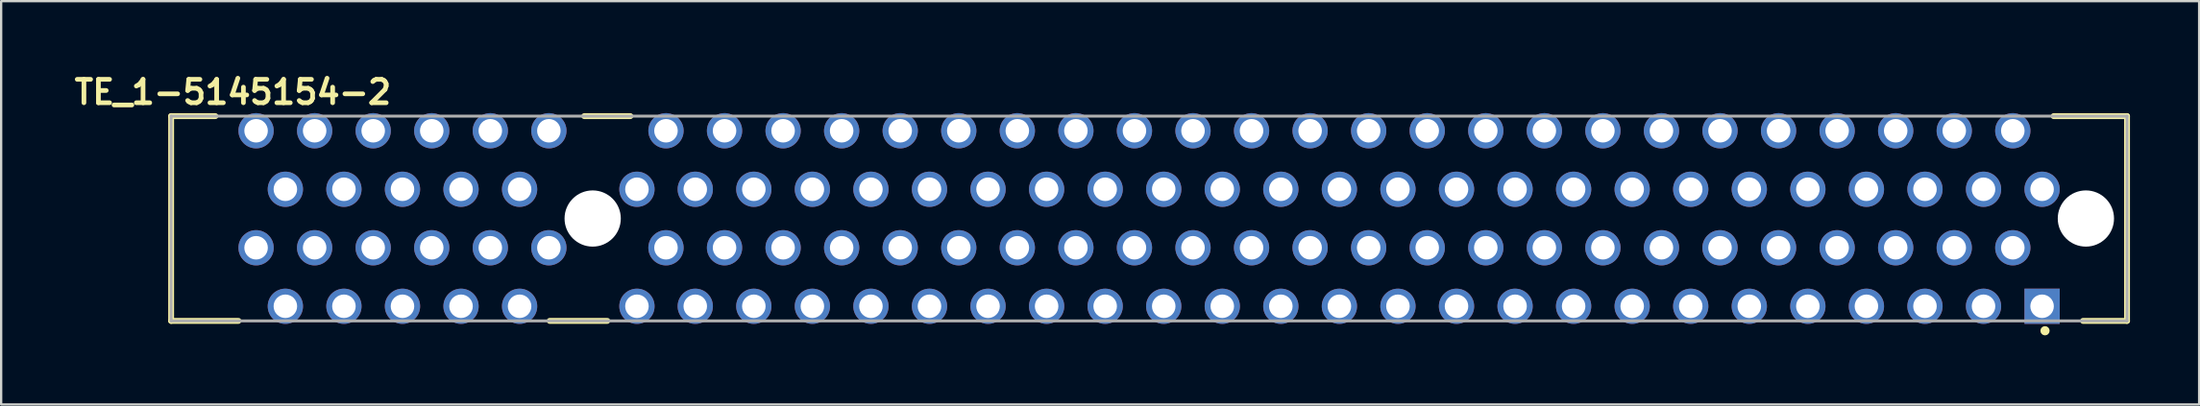
<source format=kicad_pcb>
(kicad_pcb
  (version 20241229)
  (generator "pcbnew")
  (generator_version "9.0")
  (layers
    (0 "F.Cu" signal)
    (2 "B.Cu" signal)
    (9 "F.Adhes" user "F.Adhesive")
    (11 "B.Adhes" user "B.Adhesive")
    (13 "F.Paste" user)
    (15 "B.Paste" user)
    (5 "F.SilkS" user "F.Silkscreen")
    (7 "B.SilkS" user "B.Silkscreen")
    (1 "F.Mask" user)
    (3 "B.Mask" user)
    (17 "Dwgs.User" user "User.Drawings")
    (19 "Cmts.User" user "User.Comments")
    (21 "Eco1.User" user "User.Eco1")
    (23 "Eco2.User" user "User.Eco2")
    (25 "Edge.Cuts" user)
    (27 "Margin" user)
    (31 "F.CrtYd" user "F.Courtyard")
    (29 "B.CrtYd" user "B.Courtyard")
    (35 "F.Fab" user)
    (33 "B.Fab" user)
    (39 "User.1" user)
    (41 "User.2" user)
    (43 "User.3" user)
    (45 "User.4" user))
  (footprint "TE_1-5145154-2"
    (layer "F.Cu")
    (at 46.793 6.437)
    (property "Reference" "TE_1-5145154-2" (at -39.744 -5.486 0) (layer "F.SilkS") (effects (font (size 1.016 1.016) (thickness 0.203) (bold yes))))
    (attr through_hole)
    (fp_line (start -42.42 -4.445) (end -40.5 -4.445) (stroke (width 0.254) (type solid)) (layer "F.SilkS"))
    (fp_line (start -42.42 4.445) (end -42.42 -4.445) (stroke (width 0.254) (type solid)) (layer "F.SilkS"))
    (fp_line (start -42.42 4.445) (end -39.5 4.445) (stroke (width 0.254) (type solid)) (layer "F.SilkS"))
    (fp_line (start -26 4.445) (end -23.5 4.445) (stroke (width 0.254) (type solid)) (layer "F.SilkS"))
    (fp_line (start -24.5 -4.445) (end -22.5 -4.445) (stroke (width 0.254) (type solid)) (layer "F.SilkS"))
    (fp_line (start 39.235 -4.445) (end 42.42 -4.445) (stroke (width 0.254) (type solid)) (layer "F.SilkS"))
    (fp_line (start 42.42 -4.445) (end 42.42 4.445) (stroke (width 0.254) (type solid)) (layer "F.SilkS"))
    (fp_line (start 42.42 4.445) (end 40.51 4.445) (stroke (width 0.254) (type solid)) (layer "F.SilkS"))
    (fp_circle (center 38.862 4.873) (end 38.962 4.873) (stroke (width 0.2) (type solid)) (fill no) (layer "F.SilkS"))
    (fp_line (start -42.42 -4.445) (end 42.42 -4.445) (stroke (width 0.127) (type solid)) (layer "F.Fab"))
    (fp_line (start -42.42 4.445) (end -42.42 -4.445) (stroke (width 0.127) (type solid)) (layer "F.Fab"))
    (fp_line (start 42.42 -4.445) (end 42.42 4.445) (stroke (width 0.127) (type solid)) (layer "F.Fab"))
    (fp_line (start 42.42 4.445) (end -42.42 4.445) (stroke (width 0.127) (type solid)) (layer "F.Fab"))
    (pad "" np_thru_hole circle (at -24.135 0) (size 2.44 2.44) (drill 2.44) (layers "*.Cu" "*.Mask"))
    (pad "" np_thru_hole circle (at 40.635 0) (size 2.44 2.44) (drill 2.44) (layers "*.Cu" "*.Mask"))
    (pad "A1" thru_hole rect (at 38.735 3.81) (size 1.53 1.53) (drill 1.02) (layers "*.Cu" "*.Mask"))
    (pad "A2" thru_hole circle (at 37.465 1.27) (size 1.53 1.53) (drill 1.02) (layers "*.Cu" "*.Mask"))
    (pad "A3" thru_hole circle (at 36.195 3.81) (size 1.53 1.53) (drill 1.02) (layers "*.Cu" "*.Mask"))
    (pad "A4" thru_hole circle (at 34.925 1.27) (size 1.53 1.53) (drill 1.02) (layers "*.Cu" "*.Mask"))
    (pad "A5" thru_hole circle (at 33.655 3.81) (size 1.53 1.53) (drill 1.02) (layers "*.Cu" "*.Mask"))
    (pad "A6" thru_hole circle (at 32.385 1.27) (size 1.53 1.53) (drill 1.02) (layers "*.Cu" "*.Mask"))
    (pad "A7" thru_hole circle (at 31.115 3.81) (size 1.53 1.53) (drill 1.02) (layers "*.Cu" "*.Mask"))
    (pad "A8" thru_hole circle (at 29.845 1.27) (size 1.53 1.53) (drill 1.02) (layers "*.Cu" "*.Mask"))
    (pad "A9" thru_hole circle (at 28.575 3.81) (size 1.53 1.53) (drill 1.02) (layers "*.Cu" "*.Mask"))
    (pad "A10" thru_hole circle (at 27.305 1.27) (size 1.53 1.53) (drill 1.02) (layers "*.Cu" "*.Mask"))
    (pad "A11" thru_hole circle (at 26.035 3.81) (size 1.53 1.53) (drill 1.02) (layers "*.Cu" "*.Mask"))
    (pad "A12" thru_hole circle (at 24.765 1.27) (size 1.53 1.53) (drill 1.02) (layers "*.Cu" "*.Mask"))
    (pad "A13" thru_hole circle (at 23.495 3.81) (size 1.53 1.53) (drill 1.02) (layers "*.Cu" "*.Mask"))
    (pad "A14" thru_hole circle (at 22.225 1.27) (size 1.53 1.53) (drill 1.02) (layers "*.Cu" "*.Mask"))
    (pad "A15" thru_hole circle (at 20.955 3.81) (size 1.53 1.53) (drill 1.02) (layers "*.Cu" "*.Mask"))
    (pad "A16" thru_hole circle (at 19.685 1.27) (size 1.53 1.53) (drill 1.02) (layers "*.Cu" "*.Mask"))
    (pad "A17" thru_hole circle (at 18.415 3.81) (size 1.53 1.53) (drill 1.02) (layers "*.Cu" "*.Mask"))
    (pad "A18" thru_hole circle (at 17.145 1.27) (size 1.53 1.53) (drill 1.02) (layers "*.Cu" "*.Mask"))
    (pad "A19" thru_hole circle (at 15.875 3.81) (size 1.53 1.53) (drill 1.02) (layers "*.Cu" "*.Mask"))
    (pad "A20" thru_hole circle (at 14.605 1.27) (size 1.53 1.53) (drill 1.02) (layers "*.Cu" "*.Mask"))
    (pad "A21" thru_hole circle (at 13.335 3.81) (size 1.53 1.53) (drill 1.02) (layers "*.Cu" "*.Mask"))
    (pad "A22" thru_hole circle (at 12.065 1.27) (size 1.53 1.53) (drill 1.02) (layers "*.Cu" "*.Mask"))
    (pad "A23" thru_hole circle (at 10.795 3.81) (size 1.53 1.53) (drill 1.02) (layers "*.Cu" "*.Mask"))
    (pad "A24" thru_hole circle (at 9.525 1.27) (size 1.53 1.53) (drill 1.02) (layers "*.Cu" "*.Mask"))
    (pad "A25" thru_hole circle (at 8.255 3.81) (size 1.53 1.53) (drill 1.02) (layers "*.Cu" "*.Mask"))
    (pad "A26" thru_hole circle (at 6.985 1.27) (size 1.53 1.53) (drill 1.02) (layers "*.Cu" "*.Mask"))
    (pad "A27" thru_hole circle (at 5.715 3.81) (size 1.53 1.53) (drill 1.02) (layers "*.Cu" "*.Mask"))
    (pad "A28" thru_hole circle (at 4.445 1.27) (size 1.53 1.53) (drill 1.02) (layers "*.Cu" "*.Mask"))
    (pad "A29" thru_hole circle (at 3.175 3.81) (size 1.53 1.53) (drill 1.02) (layers "*.Cu" "*.Mask"))
    (pad "A30" thru_hole circle (at 1.905 1.27) (size 1.53 1.53) (drill 1.02) (layers "*.Cu" "*.Mask"))
    (pad "A31" thru_hole circle (at 0.635 3.81) (size 1.53 1.53) (drill 1.02) (layers "*.Cu" "*.Mask"))
    (pad "A32" thru_hole circle (at -0.635 1.27) (size 1.53 1.53) (drill 1.02) (layers "*.Cu" "*.Mask"))
    (pad "A33" thru_hole circle (at -1.905 3.81) (size 1.53 1.53) (drill 1.02) (layers "*.Cu" "*.Mask"))
    (pad "A34" thru_hole circle (at -3.175 1.27) (size 1.53 1.53) (drill 1.02) (layers "*.Cu" "*.Mask"))
    (pad "A35" thru_hole circle (at -4.445 3.81) (size 1.53 1.53) (drill 1.02) (layers "*.Cu" "*.Mask"))
    (pad "A36" thru_hole circle (at -5.715 1.27) (size 1.53 1.53) (drill 1.02) (layers "*.Cu" "*.Mask"))
    (pad "A37" thru_hole circle (at -6.985 3.81) (size 1.53 1.53) (drill 1.02) (layers "*.Cu" "*.Mask"))
    (pad "A38" thru_hole circle (at -8.255 1.27) (size 1.53 1.53) (drill 1.02) (layers "*.Cu" "*.Mask"))
    (pad "A39" thru_hole circle (at -9.525 3.81) (size 1.53 1.53) (drill 1.02) (layers "*.Cu" "*.Mask"))
    (pad "A40" thru_hole circle (at -10.795 1.27) (size 1.53 1.53) (drill 1.02) (layers "*.Cu" "*.Mask"))
    (pad "A41" thru_hole circle (at -12.065 3.81) (size 1.53 1.53) (drill 1.02) (layers "*.Cu" "*.Mask"))
    (pad "A42" thru_hole circle (at -13.335 1.27) (size 1.53 1.53) (drill 1.02) (layers "*.Cu" "*.Mask"))
    (pad "A43" thru_hole circle (at -14.605 3.81) (size 1.53 1.53) (drill 1.02) (layers "*.Cu" "*.Mask"))
    (pad "A44" thru_hole circle (at -15.875 1.27) (size 1.53 1.53) (drill 1.02) (layers "*.Cu" "*.Mask"))
    (pad "A45" thru_hole circle (at -17.145 3.81) (size 1.53 1.53) (drill 1.02) (layers "*.Cu" "*.Mask"))
    (pad "A46" thru_hole circle (at -18.415 1.27) (size 1.53 1.53) (drill 1.02) (layers "*.Cu" "*.Mask"))
    (pad "A47" thru_hole circle (at -19.685 3.81) (size 1.53 1.53) (drill 1.02) (layers "*.Cu" "*.Mask"))
    (pad "A48" thru_hole circle (at -20.955 1.27) (size 1.53 1.53) (drill 1.02) (layers "*.Cu" "*.Mask"))
    (pad "A49" thru_hole circle (at -22.215 3.81) (size 1.53 1.53) (drill 1.02) (layers "*.Cu" "*.Mask"))
    (pad "A52" thru_hole circle (at -26.035 1.27) (size 1.53 1.53) (drill 1.02) (layers "*.Cu" "*.Mask"))
    (pad "A53" thru_hole circle (at -27.305 3.81) (size 1.53 1.53) (drill 1.02) (layers "*.Cu" "*.Mask"))
    (pad "A54" thru_hole circle (at -28.575 1.27) (size 1.53 1.53) (drill 1.02) (layers "*.Cu" "*.Mask"))
    (pad "A55" thru_hole circle (at -29.845 3.81) (size 1.53 1.53) (drill 1.02) (layers "*.Cu" "*.Mask"))
    (pad "A56" thru_hole circle (at -31.115 1.27) (size 1.53 1.53) (drill 1.02) (layers "*.Cu" "*.Mask"))
    (pad "A57" thru_hole circle (at -32.385 3.81) (size 1.53 1.53) (drill 1.02) (layers "*.Cu" "*.Mask"))
    (pad "A58" thru_hole circle (at -33.655 1.27) (size 1.53 1.53) (drill 1.02) (layers "*.Cu" "*.Mask"))
    (pad "A59" thru_hole circle (at -34.925 3.81) (size 1.53 1.53) (drill 1.02) (layers "*.Cu" "*.Mask"))
    (pad "A60" thru_hole circle (at -36.195 1.27) (size 1.53 1.53) (drill 1.02) (layers "*.Cu" "*.Mask"))
    (pad "A61" thru_hole circle (at -37.465 3.81) (size 1.53 1.53) (drill 1.02) (layers "*.Cu" "*.Mask"))
    (pad "A62" thru_hole circle (at -38.735 1.27) (size 1.53 1.53) (drill 1.02) (layers "*.Cu" "*.Mask"))
    (pad "B1" thru_hole circle (at 38.735 -1.27) (size 1.53 1.53) (drill 1.02) (layers "*.Cu" "*.Mask"))
    (pad "B2" thru_hole circle (at 37.465 -3.81) (size 1.53 1.53) (drill 1.02) (layers "*.Cu" "*.Mask"))
    (pad "B3" thru_hole circle (at 36.195 -1.27) (size 1.53 1.53) (drill 1.02) (layers "*.Cu" "*.Mask"))
    (pad "B4" thru_hole circle (at 34.925 -3.81) (size 1.53 1.53) (drill 1.02) (layers "*.Cu" "*.Mask"))
    (pad "B5" thru_hole circle (at 33.655 -1.27) (size 1.53 1.53) (drill 1.02) (layers "*.Cu" "*.Mask"))
    (pad "B6" thru_hole circle (at 32.385 -3.81) (size 1.53 1.53) (drill 1.02) (layers "*.Cu" "*.Mask"))
    (pad "B7" thru_hole circle (at 31.115 -1.27) (size 1.53 1.53) (drill 1.02) (layers "*.Cu" "*.Mask"))
    (pad "B8" thru_hole circle (at 29.845 -3.81) (size 1.53 1.53) (drill 1.02) (layers "*.Cu" "*.Mask"))
    (pad "B9" thru_hole circle (at 28.575 -1.27) (size 1.53 1.53) (drill 1.02) (layers "*.Cu" "*.Mask"))
    (pad "B10" thru_hole circle (at 27.305 -3.81) (size 1.53 1.53) (drill 1.02) (layers "*.Cu" "*.Mask"))
    (pad "B11" thru_hole circle (at 26.035 -1.27) (size 1.53 1.53) (drill 1.02) (layers "*.Cu" "*.Mask"))
    (pad "B12" thru_hole circle (at 24.765 -3.81) (size 1.53 1.53) (drill 1.02) (layers "*.Cu" "*.Mask"))
    (pad "B13" thru_hole circle (at 23.495 -1.27) (size 1.53 1.53) (drill 1.02) (layers "*.Cu" "*.Mask"))
    (pad "B14" thru_hole circle (at 22.225 -3.81) (size 1.53 1.53) (drill 1.02) (layers "*.Cu" "*.Mask"))
    (pad "B15" thru_hole circle (at 20.955 -1.27) (size 1.53 1.53) (drill 1.02) (layers "*.Cu" "*.Mask"))
    (pad "B16" thru_hole circle (at 19.685 -3.81) (size 1.53 1.53) (drill 1.02) (layers "*.Cu" "*.Mask"))
    (pad "B17" thru_hole circle (at 18.415 -1.27) (size 1.53 1.53) (drill 1.02) (layers "*.Cu" "*.Mask"))
    (pad "B18" thru_hole circle (at 17.145 -3.81) (size 1.53 1.53) (drill 1.02) (layers "*.Cu" "*.Mask"))
    (pad "B19" thru_hole circle (at 15.875 -1.27) (size 1.53 1.53) (drill 1.02) (layers "*.Cu" "*.Mask"))
    (pad "B20" thru_hole circle (at 14.605 -3.81) (size 1.53 1.53) (drill 1.02) (layers "*.Cu" "*.Mask"))
    (pad "B21" thru_hole circle (at 13.335 -1.27) (size 1.53 1.53) (drill 1.02) (layers "*.Cu" "*.Mask"))
    (pad "B22" thru_hole circle (at 12.065 -3.81) (size 1.53 1.53) (drill 1.02) (layers "*.Cu" "*.Mask"))
    (pad "B23" thru_hole circle (at 10.795 -1.27) (size 1.53 1.53) (drill 1.02) (layers "*.Cu" "*.Mask"))
    (pad "B24" thru_hole circle (at 9.525 -3.81) (size 1.53 1.53) (drill 1.02) (layers "*.Cu" "*.Mask"))
    (pad "B25" thru_hole circle (at 8.255 -1.27) (size 1.53 1.53) (drill 1.02) (layers "*.Cu" "*.Mask"))
    (pad "B26" thru_hole circle (at 6.985 -3.81) (size 1.53 1.53) (drill 1.02) (layers "*.Cu" "*.Mask"))
    (pad "B27" thru_hole circle (at 5.715 -1.27) (size 1.53 1.53) (drill 1.02) (layers "*.Cu" "*.Mask"))
    (pad "B28" thru_hole circle (at 4.445 -3.81) (size 1.53 1.53) (drill 1.02) (layers "*.Cu" "*.Mask"))
    (pad "B29" thru_hole circle (at 3.175 -1.27) (size 1.53 1.53) (drill 1.02) (layers "*.Cu" "*.Mask"))
    (pad "B30" thru_hole circle (at 1.905 -3.81) (size 1.53 1.53) (drill 1.02) (layers "*.Cu" "*.Mask"))
    (pad "B31" thru_hole circle (at 0.635 -1.27) (size 1.53 1.53) (drill 1.02) (layers "*.Cu" "*.Mask"))
    (pad "B32" thru_hole circle (at -0.635 -3.81) (size 1.53 1.53) (drill 1.02) (layers "*.Cu" "*.Mask"))
    (pad "B33" thru_hole circle (at -1.905 -1.27) (size 1.53 1.53) (drill 1.02) (layers "*.Cu" "*.Mask"))
    (pad "B34" thru_hole circle (at -3.175 -3.81) (size 1.53 1.53) (drill 1.02) (layers "*.Cu" "*.Mask"))
    (pad "B35" thru_hole circle (at -4.445 -1.27) (size 1.53 1.53) (drill 1.02) (layers "*.Cu" "*.Mask"))
    (pad "B36" thru_hole circle (at -5.715 -3.81) (size 1.53 1.53) (drill 1.02) (layers "*.Cu" "*.Mask"))
    (pad "B37" thru_hole circle (at -6.985 -1.27) (size 1.53 1.53) (drill 1.02) (layers "*.Cu" "*.Mask"))
    (pad "B38" thru_hole circle (at -8.255 -3.81) (size 1.53 1.53) (drill 1.02) (layers "*.Cu" "*.Mask"))
    (pad "B39" thru_hole circle (at -9.525 -1.27) (size 1.53 1.53) (drill 1.02) (layers "*.Cu" "*.Mask"))
    (pad "B40" thru_hole circle (at -10.795 -3.81) (size 1.53 1.53) (drill 1.02) (layers "*.Cu" "*.Mask"))
    (pad "B41" thru_hole circle (at -12.065 -1.27) (size 1.53 1.53) (drill 1.02) (layers "*.Cu" "*.Mask"))
    (pad "B42" thru_hole circle (at -13.335 -3.81) (size 1.53 1.53) (drill 1.02) (layers "*.Cu" "*.Mask"))
    (pad "B43" thru_hole circle (at -14.605 -1.27) (size 1.53 1.53) (drill 1.02) (layers "*.Cu" "*.Mask"))
    (pad "B44" thru_hole circle (at -15.875 -3.81) (size 1.53 1.53) (drill 1.02) (layers "*.Cu" "*.Mask"))
    (pad "B45" thru_hole circle (at -17.145 -1.27) (size 1.53 1.53) (drill 1.02) (layers "*.Cu" "*.Mask"))
    (pad "B46" thru_hole circle (at -18.415 -3.81) (size 1.53 1.53) (drill 1.02) (layers "*.Cu" "*.Mask"))
    (pad "B47" thru_hole circle (at -19.685 -1.27) (size 1.53 1.53) (drill 1.02) (layers "*.Cu" "*.Mask"))
    (pad "B48" thru_hole circle (at -20.955 -3.81) (size 1.53 1.53) (drill 1.02) (layers "*.Cu" "*.Mask"))
    (pad "B49" thru_hole circle (at -22.215 -1.27) (size 1.53 1.53) (drill 1.02) (layers "*.Cu" "*.Mask"))
    (pad "B52" thru_hole circle (at -26.035 -3.81) (size 1.53 1.53) (drill 1.02) (layers "*.Cu" "*.Mask"))
    (pad "B53" thru_hole circle (at -27.305 -1.27) (size 1.53 1.53) (drill 1.02) (layers "*.Cu" "*.Mask"))
    (pad "B54" thru_hole circle (at -28.575 -3.81) (size 1.53 1.53) (drill 1.02) (layers "*.Cu" "*.Mask"))
    (pad "B55" thru_hole circle (at -29.845 -1.27) (size 1.53 1.53) (drill 1.02) (layers "*.Cu" "*.Mask"))
    (pad "B56" thru_hole circle (at -31.115 -3.81) (size 1.53 1.53) (drill 1.02) (layers "*.Cu" "*.Mask"))
    (pad "B57" thru_hole circle (at -32.385 -1.27) (size 1.53 1.53) (drill 1.02) (layers "*.Cu" "*.Mask"))
    (pad "B58" thru_hole circle (at -33.655 -3.81) (size 1.53 1.53) (drill 1.02) (layers "*.Cu" "*.Mask"))
    (pad "B59" thru_hole circle (at -34.925 -1.27) (size 1.53 1.53) (drill 1.02) (layers "*.Cu" "*.Mask"))
    (pad "B60" thru_hole circle (at -36.195 -3.81) (size 1.53 1.53) (drill 1.02) (layers "*.Cu" "*.Mask"))
    (pad "B61" thru_hole circle (at -37.465 -1.27) (size 1.53 1.53) (drill 1.02) (layers "*.Cu" "*.Mask"))
    (pad "B62" thru_hole circle (at -38.735 -3.81) (size 1.53 1.53) (drill 1.02) (layers "*.Cu" "*.Mask")))
  (gr_rect
    (start -3 -3)
    (end 92.34 14.51)
    (stroke (width 0.1) (type default))
    (fill no)
    (layer "Edge.Cuts")))
</source>
